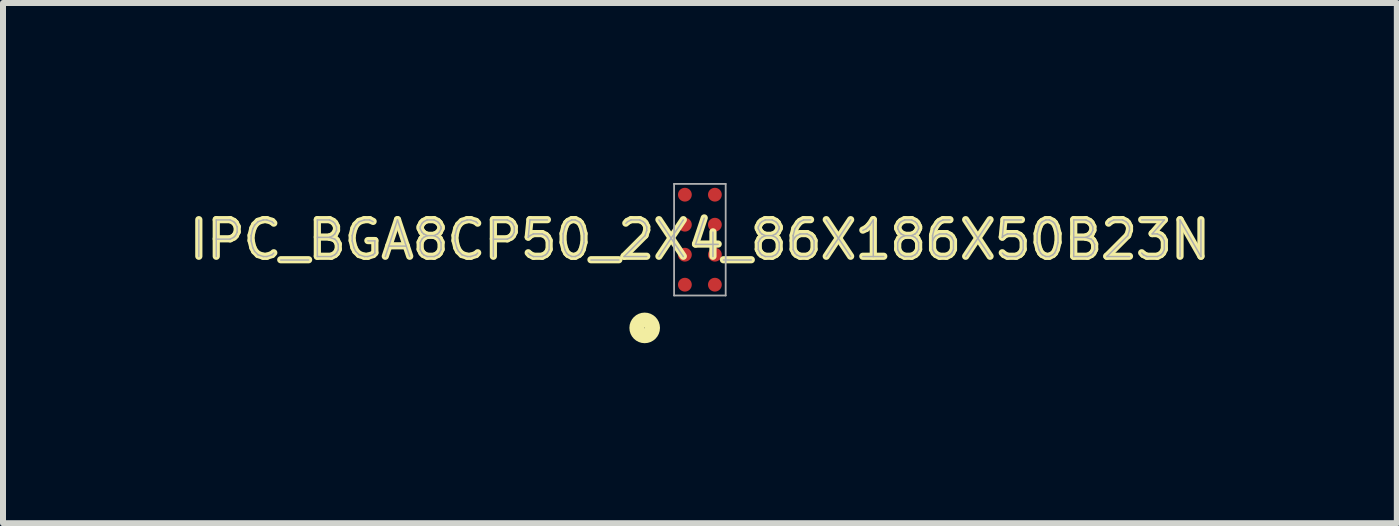
<source format=kicad_pcb>
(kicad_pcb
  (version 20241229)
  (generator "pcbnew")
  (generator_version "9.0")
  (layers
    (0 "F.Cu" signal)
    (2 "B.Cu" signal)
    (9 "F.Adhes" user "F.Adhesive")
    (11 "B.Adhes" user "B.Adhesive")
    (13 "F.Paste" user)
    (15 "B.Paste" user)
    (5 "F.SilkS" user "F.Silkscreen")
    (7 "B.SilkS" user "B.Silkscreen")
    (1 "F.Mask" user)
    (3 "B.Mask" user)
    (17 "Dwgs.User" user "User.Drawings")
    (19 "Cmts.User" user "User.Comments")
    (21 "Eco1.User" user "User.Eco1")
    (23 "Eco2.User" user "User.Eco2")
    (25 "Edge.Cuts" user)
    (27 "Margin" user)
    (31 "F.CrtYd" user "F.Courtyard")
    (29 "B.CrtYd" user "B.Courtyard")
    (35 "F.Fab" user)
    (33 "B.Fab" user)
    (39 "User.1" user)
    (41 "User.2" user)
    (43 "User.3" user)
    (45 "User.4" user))
  (footprint "IPC_BGA8CP50_2X4_86X186X50B23N"
    (layer "F.Cu")
    (at 8.615 0.945)
    (property "Reference" "IPC_BGA8CP50_2X4_86X186X50B23N" (at 0 0 0) (layer "F.SilkS") (effects (font (size 0.61 0.61) (thickness 0.12))))
    (attr smd)
    (fp_circle (center -0.92 1.47) (end -0.79 1.47) (stroke (width 0.25) (type solid)) (fill no) (layer "F.SilkS"))
    (fp_line (start -0.43 -0.93) (end 0.43 -0.93) (stroke (width 0.03) (type solid)) (layer "F.Fab"))
    (fp_line (start -0.43 0.93) (end -0.43 -0.93) (stroke (width 0.03) (type solid)) (layer "F.Fab"))
    (fp_line (start 0.43 -0.93) (end 0.43 0.93) (stroke (width 0.03) (type solid)) (layer "F.Fab"))
    (fp_line (start 0.43 0.93) (end -0.43 0.93) (stroke (width 0.03) (type solid)) (layer "F.Fab"))
    (fp_text user "${REFERENCE}" (at 0 0 0) (layer "F.Fab") (effects (font (size 0.61 0.61) (thickness 0.025))))
    (pad "A1" smd circle (at -0.25 0.75) (size 0.23 0.23) (layers "F.Cu" "F.Mask" "F.Paste"))
    (pad "A2" smd circle (at -0.25 0.25) (size 0.23 0.23) (layers "F.Cu" "F.Mask" "F.Paste"))
    (pad "A3" smd circle (at -0.25 -0.25) (size 0.23 0.23) (layers "F.Cu" "F.Mask" "F.Paste"))
    (pad "A4" smd circle (at -0.25 -0.75) (size 0.23 0.23) (layers "F.Cu" "F.Mask" "F.Paste"))
    (pad "B1" smd circle (at 0.25 0.75) (size 0.23 0.23) (layers "F.Cu" "F.Mask" "F.Paste"))
    (pad "B2" smd circle (at 0.25 0.25) (size 0.23 0.23) (layers "F.Cu" "F.Mask" "F.Paste"))
    (pad "B3" smd circle (at 0.25 -0.25) (size 0.23 0.23) (layers "F.Cu" "F.Mask" "F.Paste"))
    (pad "B4" smd circle (at 0.25 -0.75) (size 0.23 0.23) (layers "F.Cu" "F.Mask" "F.Paste")))
  (gr_rect
    (start -3 -3)
    (end 20.231 5.67)
    (stroke (width 0.1) (type default))
    (fill no)
    (layer "Edge.Cuts")))
</source>
